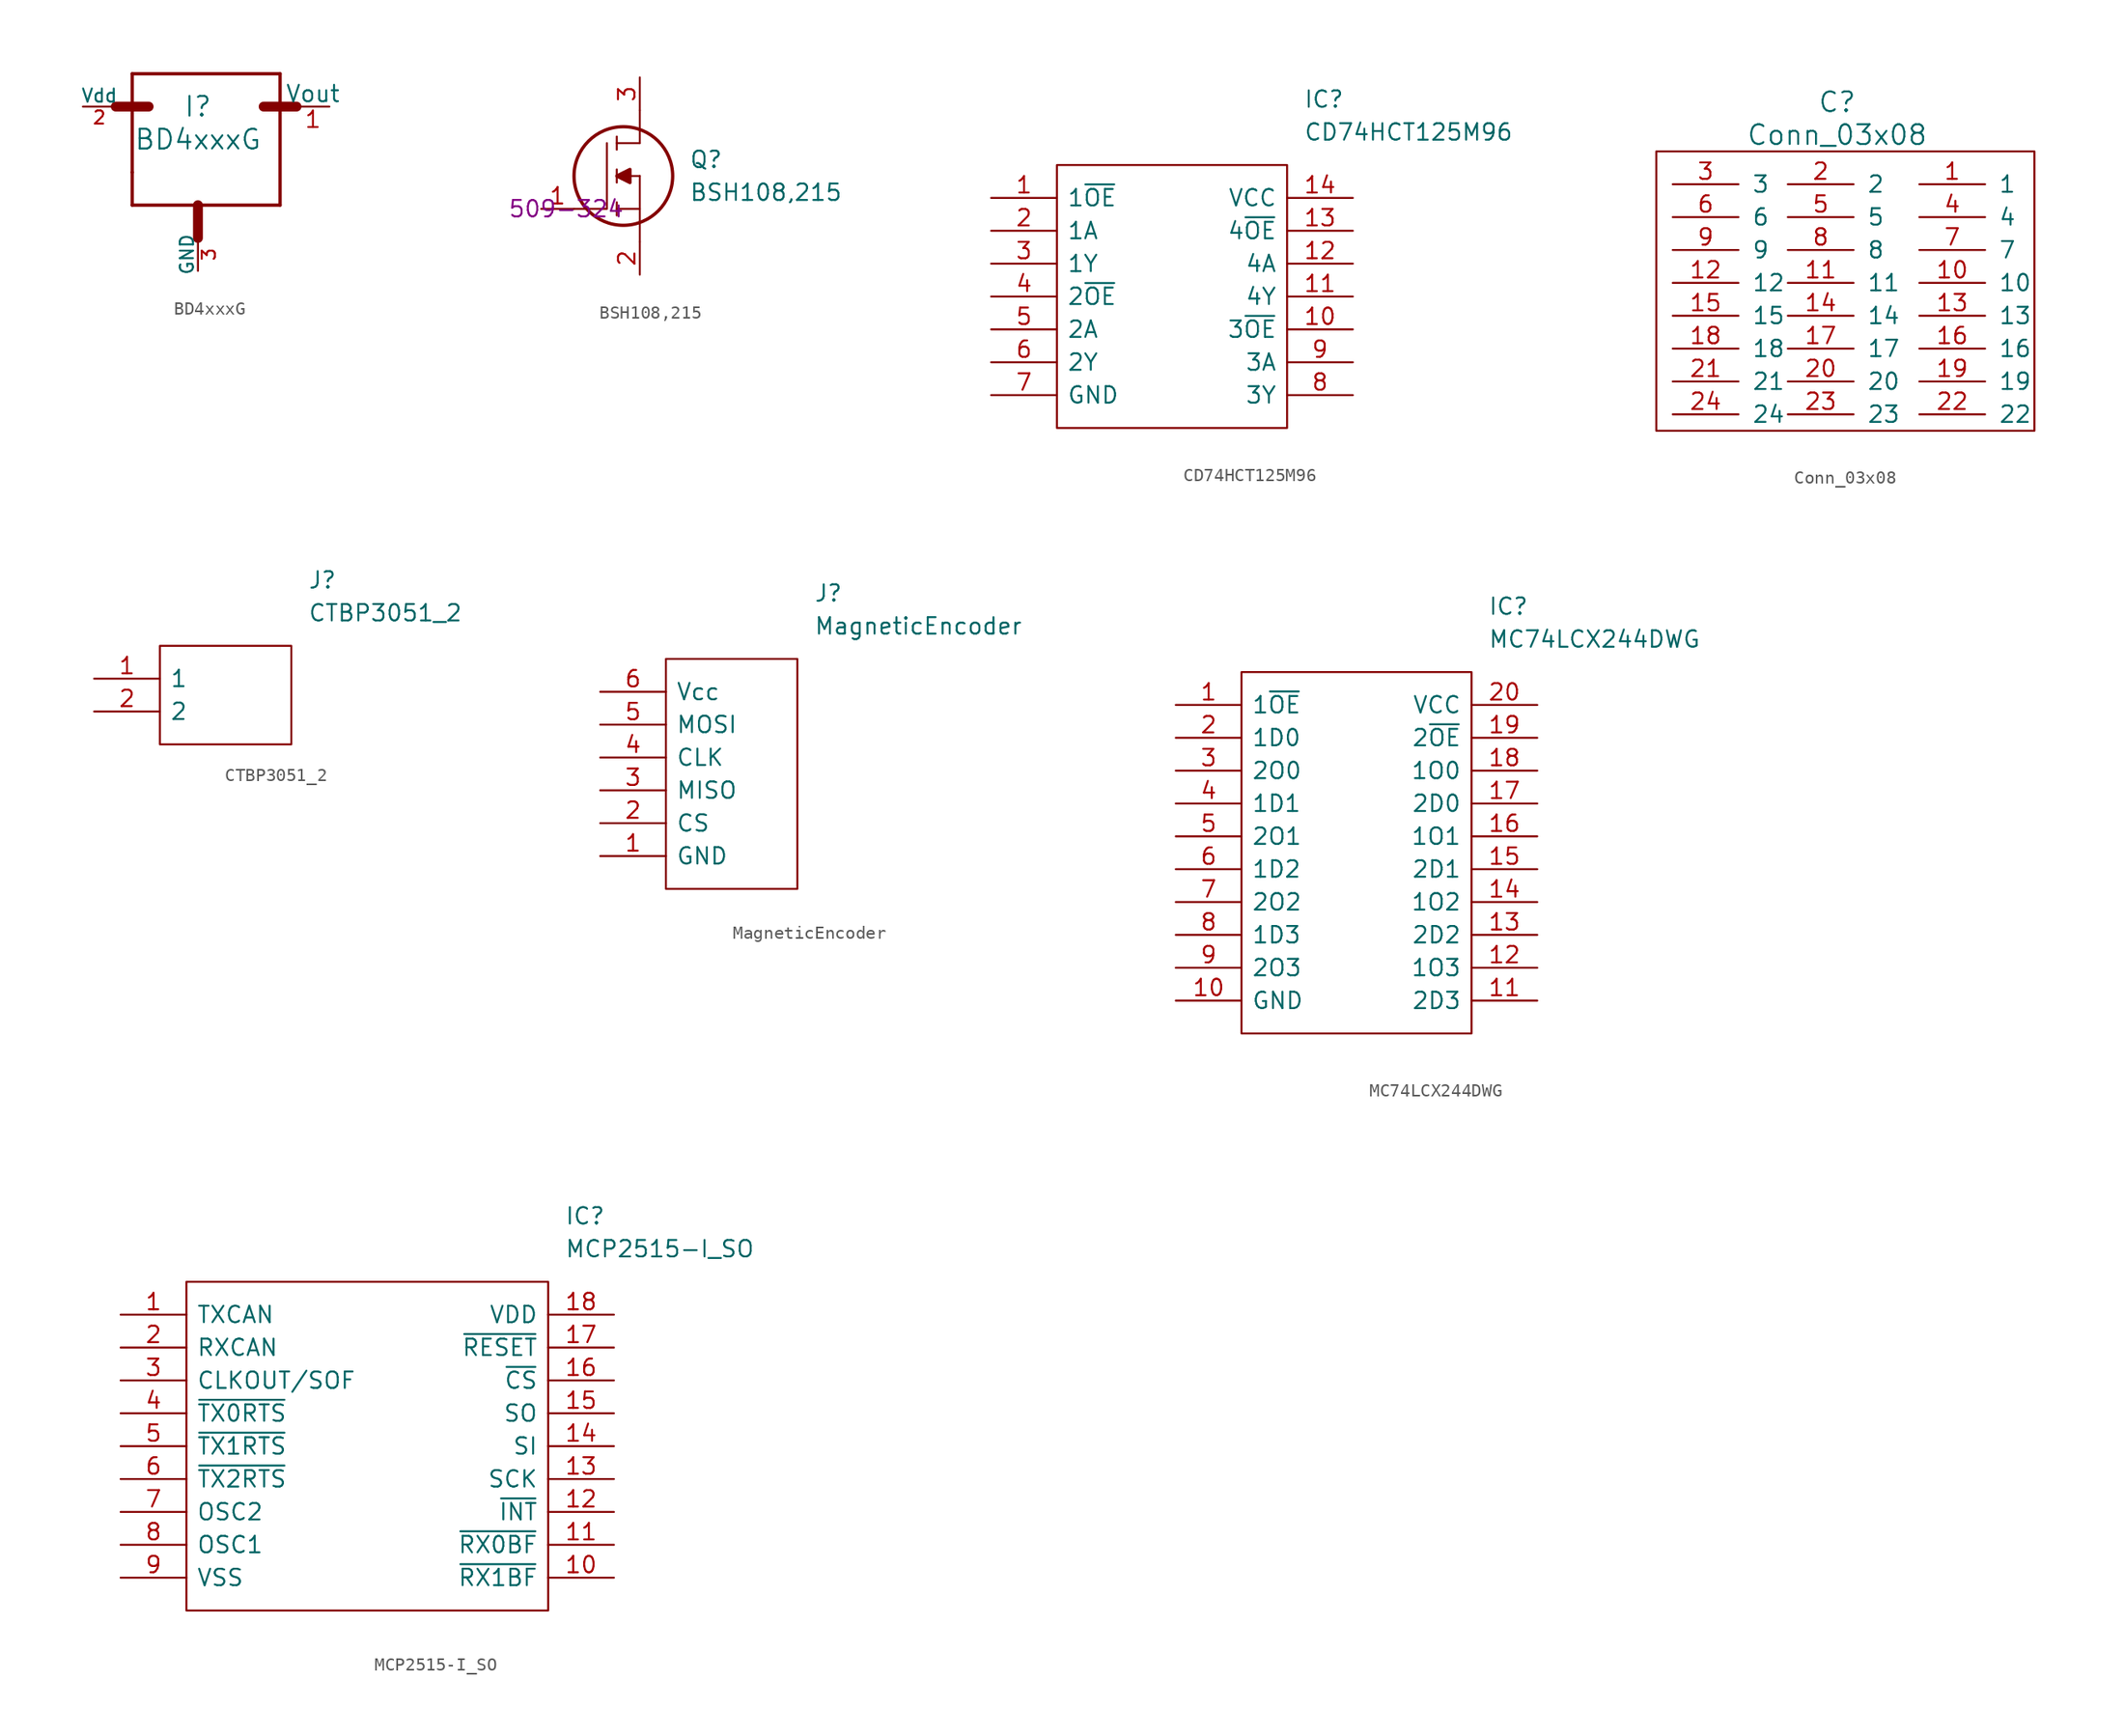
<source format=kicad_sym>
(kicad_symbol_lib
  (version 20211014)
  (generator kicad_symbol_editor)
  (symbol "BD4xxxG"
    (pin_names
      (offset 0))
    (property "Reference" "I"
      (at 0 2.54 0)
      (effects (font (size 1.524 1.524))))
    (property "Value" "BD4xxxG"
      (at 0 0 0)
      (effects (font (size 1.524 1.524))))
    (symbol "BD4xxxG_0_0"
      (polyline (pts (xy -6.35 2.54) (xy -3.81 2.54)) (stroke (width 0.762) (type default) (color 0 0 0 0)) (fill (type none)))
      (polyline (pts (xy -5.08 -5.08) (xy 6.35 -5.08)) (stroke (width 0.254) (type default) (color 0 0 0 0)) (fill (type none)))
      (polyline (pts (xy -5.08 -2.54) (xy -5.08 -5.08)) (stroke (width 0.254) (type default) (color 0 0 0 0)) (fill (type none)))
      (polyline (pts (xy -5.08 2.54) (xy -5.08 -2.54)) (stroke (width 0.254) (type default) (color 0 0 0 0)) (fill (type none)))
      (polyline (pts (xy -5.08 5.08) (xy -5.08 2.54)) (stroke (width 0.254) (type default) (color 0 0 0 0)) (fill (type none)))
      (polyline (pts (xy 6.35 -5.08) (xy 6.35 5.08)) (stroke (width 0.254) (type default) (color 0 0 0 0)) (fill (type none)))
      (polyline (pts (xy 6.35 5.08) (xy -5.08 5.08)) (stroke (width 0.254) (type default) (color 0 0 0 0)) (fill (type none)))
      (pin passive line (at -8.89 2.54 0) (length 2.54) (name "Vdd" (effects (font (size 1.016 1.016)))) (number "2" (effects (font (size 1.016 1.016)))))
      (pin passive line (at 0 -10.16 90) (length 2.54) (name "GND" (effects (font (size 1.016 1.016)))) (number "3" (effects (font (size 1.016 1.016))))))
    (symbol "BD4xxxG_0_1"
      (polyline (pts (xy 7.62 2.54) (xy 5.08 2.54)) (stroke (width 0.762) (type default) (color 0 0 0 0)) (fill (type none))))
    (symbol "BD4xxxG_1_0"
      (polyline (pts (xy 0 -5.08) (xy 0 -7.62)) (stroke (width 0.762) (type default) (color 0 0 0 0)) (fill (type none))))
    (symbol "BD4xxxG_1_1"
      (pin input line (at 10.16 2.54 180) (length 2.54) (name "Vout" (effects (font (size 1.27 1.27)))) (number "1" (effects (font (size 1.27 1.27)))))))
  (symbol "BSH108,215"
    (pin_names
      (offset 0.762))
    (property "Reference" "Q"
      (at 11.43 3.81 0)
      (effects (font (size 1.27 1.27)) (justify left)))
    (property "Value" "BSH108,215"
      (at 11.43 1.27 0)
      (effects (font (size 1.27 1.27)) (justify left)))
    (property "RS part number" "    509-324"
      (at 0 0 0)
      (effects (font (size 1.27 1.27))))
    (symbol "BSH108,215_0_0"
      (pin passive line (at 0 0 0) (length 2.54) (name "~" (effects (font (size 1.27 1.27)))) (number "1" (effects (font (size 1.27 1.27)))))
      (pin passive line (at 7.62 -5.08 90) (length 2.54) (name "~" (effects (font (size 1.27 1.27)))) (number "2" (effects (font (size 1.27 1.27)))))
      (pin passive line (at 7.62 10.16 270) (length 2.54) (name "~" (effects (font (size 1.27 1.27)))) (number "3" (effects (font (size 1.27 1.27))))))
    (symbol "BSH108,215_0_1"
      (polyline (pts (xy 5.842 -0.508) (xy 5.842 0.508)) (stroke (width 0.152) (type default) (color 0 0 0 0)) (fill (type none)))
      (polyline (pts (xy 5.842 0) (xy 7.62 0)) (stroke (width 0.152) (type default) (color 0 0 0 0)) (fill (type none)))
      (polyline (pts (xy 5.842 2.032) (xy 5.842 3.048)) (stroke (width 0.152) (type default) (color 0 0 0 0)) (fill (type none)))
      (polyline (pts (xy 5.842 5.588) (xy 5.842 4.572)) (stroke (width 0.152) (type default) (color 0 0 0 0)) (fill (type none)))
      (polyline (pts (xy 7.62 2.54) (xy 5.842 2.54)) (stroke (width 0.152) (type default) (color 0 0 0 0)) (fill (type none)))
      (polyline (pts (xy 7.62 2.54) (xy 7.62 -2.54)) (stroke (width 0.152) (type default) (color 0 0 0 0)) (fill (type none)))
      (polyline (pts (xy 7.62 5.08) (xy 5.842 5.08)) (stroke (width 0.152) (type default) (color 0 0 0 0)) (fill (type none)))
      (polyline (pts (xy 7.62 5.08) (xy 7.62 7.62)) (stroke (width 0.152) (type default) (color 0 0 0 0)) (fill (type none)))
      (polyline (pts (xy 2.54 0) (xy 5.08 0) (xy 5.08 5.08)) (stroke (width 0.152) (type default) (color 0 0 0 0)) (fill (type none)))
      (polyline (pts (xy 5.842 2.54) (xy 6.858 3.048) (xy 6.858 2.032) (xy 5.842 2.54)) (stroke (width 0.254) (type default) (color 0 0 0 0)) (fill (type outline)))
      (circle (center 6.35 2.54) (radius 3.81) (stroke (width 0.254) (type default) (color 0 0 0 0)) (fill (type none)))))
  (symbol "CD74HCT125M96"
    (pin_names
      (offset 0.762))
    (property "Reference" "IC"
      (at 24.13 7.62 0)
      (effects (font (size 1.27 1.27)) (justify left)))
    (property "Value" "CD74HCT125M96"
      (at 24.13 5.08 0)
      (effects (font (size 1.27 1.27)) (justify left)))
    (symbol "CD74HCT125M96_0_0"
      (pin passive line (at 0 0 0) (length 5.08) (name "1~{OE}" (effects (font (size 1.27 1.27)))) (number "1" (effects (font (size 1.27 1.27)))))
      (pin passive line (at 27.94 -10.16 180) (length 5.08) (name "3~{OE}" (effects (font (size 1.27 1.27)))) (number "10" (effects (font (size 1.27 1.27)))))
      (pin passive line (at 27.94 -7.62 180) (length 5.08) (name "4Y" (effects (font (size 1.27 1.27)))) (number "11" (effects (font (size 1.27 1.27)))))
      (pin passive line (at 27.94 -5.08 180) (length 5.08) (name "4A" (effects (font (size 1.27 1.27)))) (number "12" (effects (font (size 1.27 1.27)))))
      (pin passive line (at 27.94 -2.54 180) (length 5.08) (name "4~{OE}" (effects (font (size 1.27 1.27)))) (number "13" (effects (font (size 1.27 1.27)))))
      (pin passive line (at 27.94 0 180) (length 5.08) (name "VCC" (effects (font (size 1.27 1.27)))) (number "14" (effects (font (size 1.27 1.27)))))
      (pin passive line (at 0 -2.54 0) (length 5.08) (name "1A" (effects (font (size 1.27 1.27)))) (number "2" (effects (font (size 1.27 1.27)))))
      (pin passive line (at 0 -5.08 0) (length 5.08) (name "1Y" (effects (font (size 1.27 1.27)))) (number "3" (effects (font (size 1.27 1.27)))))
      (pin passive line (at 0 -7.62 0) (length 5.08) (name "2~{OE}" (effects (font (size 1.27 1.27)))) (number "4" (effects (font (size 1.27 1.27)))))
      (pin passive line (at 0 -10.16 0) (length 5.08) (name "2A" (effects (font (size 1.27 1.27)))) (number "5" (effects (font (size 1.27 1.27)))))
      (pin passive line (at 0 -12.7 0) (length 5.08) (name "2Y" (effects (font (size 1.27 1.27)))) (number "6" (effects (font (size 1.27 1.27)))))
      (pin passive line (at 0 -15.24 0) (length 5.08) (name "GND" (effects (font (size 1.27 1.27)))) (number "7" (effects (font (size 1.27 1.27)))))
      (pin passive line (at 27.94 -15.24 180) (length 5.08) (name "3Y" (effects (font (size 1.27 1.27)))) (number "8" (effects (font (size 1.27 1.27)))))
      (pin passive line (at 27.94 -12.7 180) (length 5.08) (name "3A" (effects (font (size 1.27 1.27)))) (number "9" (effects (font (size 1.27 1.27))))))
    (symbol "CD74HCT125M96_0_1"
      (polyline (pts (xy 5.08 2.54) (xy 22.86 2.54) (xy 22.86 -17.78) (xy 5.08 -17.78) (xy 5.08 2.54)) (stroke (width 0.152) (type default) (color 0 0 0 0)) (fill (type none)))))
  (symbol "Conn_03x08"
    (pin_names
      (offset 1.016))
    (property "Reference" "C"
      (at 0 2.54 0)
      (effects (font (size 1.524 1.524))))
    (property "Value" "Conn_03x08"
      (at 0 0 0)
      (effects (font (size 1.524 1.524))))
    (symbol "Conn_03x08_0_1"
      (rectangle (start -13.97 -1.27) (end 15.24 -22.86) (stroke (width 0) (type default) (color 0 0 0 0)) (fill (type none))))
    (symbol "Conn_03x08_1_1"
      (pin input line (at 6.35 -3.81 0) (length 5.08) (name "1" (effects (font (size 1.27 1.27)))) (number "1" (effects (font (size 1.27 1.27)))))
      (pin input line (at 6.35 -11.43 0) (length 5.08) (name "10" (effects (font (size 1.27 1.27)))) (number "10" (effects (font (size 1.27 1.27)))))
      (pin input line (at -3.81 -11.43 0) (length 5.08) (name "11" (effects (font (size 1.27 1.27)))) (number "11" (effects (font (size 1.27 1.27)))))
      (pin input line (at -12.7 -11.43 0) (length 5.08) (name "12" (effects (font (size 1.27 1.27)))) (number "12" (effects (font (size 1.27 1.27)))))
      (pin input line (at 6.35 -13.97 0) (length 5.08) (name "13" (effects (font (size 1.27 1.27)))) (number "13" (effects (font (size 1.27 1.27)))))
      (pin input line (at -3.81 -13.97 0) (length 5.08) (name "14" (effects (font (size 1.27 1.27)))) (number "14" (effects (font (size 1.27 1.27)))))
      (pin input line (at -12.7 -13.97 0) (length 5.08) (name "15" (effects (font (size 1.27 1.27)))) (number "15" (effects (font (size 1.27 1.27)))))
      (pin input line (at 6.35 -16.51 0) (length 5.08) (name "16" (effects (font (size 1.27 1.27)))) (number "16" (effects (font (size 1.27 1.27)))))
      (pin input line (at -3.81 -16.51 0) (length 5.08) (name "17" (effects (font (size 1.27 1.27)))) (number "17" (effects (font (size 1.27 1.27)))))
      (pin input line (at -12.7 -16.51 0) (length 5.08) (name "18" (effects (font (size 1.27 1.27)))) (number "18" (effects (font (size 1.27 1.27)))))
      (pin input line (at 6.35 -19.05 0) (length 5.08) (name "19" (effects (font (size 1.27 1.27)))) (number "19" (effects (font (size 1.27 1.27)))))
      (pin input line (at -3.81 -3.81 0) (length 5.08) (name "2" (effects (font (size 1.27 1.27)))) (number "2" (effects (font (size 1.27 1.27)))))
      (pin input line (at -3.81 -19.05 0) (length 5.08) (name "20" (effects (font (size 1.27 1.27)))) (number "20" (effects (font (size 1.27 1.27)))))
      (pin input line (at -12.7 -19.05 0) (length 5.08) (name "21" (effects (font (size 1.27 1.27)))) (number "21" (effects (font (size 1.27 1.27)))))
      (pin input line (at 6.35 -21.59 0) (length 5.08) (name "22" (effects (font (size 1.27 1.27)))) (number "22" (effects (font (size 1.27 1.27)))))
      (pin input line (at -3.81 -21.59 0) (length 5.08) (name "23" (effects (font (size 1.27 1.27)))) (number "23" (effects (font (size 1.27 1.27)))))
      (pin input line (at -12.7 -21.59 0) (length 5.08) (name "24" (effects (font (size 1.27 1.27)))) (number "24" (effects (font (size 1.27 1.27)))))
      (pin input line (at -12.7 -3.81 0) (length 5.08) (name "3" (effects (font (size 1.27 1.27)))) (number "3" (effects (font (size 1.27 1.27)))))
      (pin input line (at 6.35 -6.35 0) (length 5.08) (name "4" (effects (font (size 1.27 1.27)))) (number "4" (effects (font (size 1.27 1.27)))))
      (pin input line (at -3.81 -6.35 0) (length 5.08) (name "5" (effects (font (size 1.27 1.27)))) (number "5" (effects (font (size 1.27 1.27)))))
      (pin input line (at -12.7 -6.35 0) (length 5.08) (name "6" (effects (font (size 1.27 1.27)))) (number "6" (effects (font (size 1.27 1.27)))))
      (pin input line (at 6.35 -8.89 0) (length 5.08) (name "7" (effects (font (size 1.27 1.27)))) (number "7" (effects (font (size 1.27 1.27)))))
      (pin input line (at -3.81 -8.89 0) (length 5.08) (name "8" (effects (font (size 1.27 1.27)))) (number "8" (effects (font (size 1.27 1.27)))))
      (pin input line (at -12.7 -8.89 0) (length 5.08) (name "9" (effects (font (size 1.27 1.27)))) (number "9" (effects (font (size 1.27 1.27)))))))
  (symbol "CTBP3051_2"
    (pin_names
      (offset 0.762))
    (property "Reference" "J"
      (at 16.51 7.62 0)
      (effects (font (size 1.27 1.27)) (justify left)))
    (property "Value" "CTBP3051_2"
      (at 16.51 5.08 0)
      (effects (font (size 1.27 1.27)) (justify left)))
    (symbol "CTBP3051_2_0_0"
      (pin passive line (at 0 0 0) (length 5.08) (name "1" (effects (font (size 1.27 1.27)))) (number "1" (effects (font (size 1.27 1.27)))))
      (pin passive line (at 0 -2.54 0) (length 5.08) (name "2" (effects (font (size 1.27 1.27)))) (number "2" (effects (font (size 1.27 1.27))))))
    (symbol "CTBP3051_2_0_1"
      (polyline (pts (xy 5.08 2.54) (xy 15.24 2.54) (xy 15.24 -5.08) (xy 5.08 -5.08) (xy 5.08 2.54)) (stroke (width 0.152) (type default) (color 0 0 0 0)) (fill (type none)))))
  (symbol "MagneticEncoder"
    (pin_names
      (offset 0.762))
    (property "Reference" "J"
      (at 16.51 7.62 0)
      (effects (font (size 1.27 1.27)) (justify left)))
    (property "Value" "MagneticEncoder"
      (at 16.51 5.08 0)
      (effects (font (size 1.27 1.27)) (justify left)))
    (symbol "MagneticEncoder_0_0"
      (pin passive line (at 0 -12.7 0) (length 5.08) (name "GND" (effects (font (size 1.27 1.27)))) (number "1" (effects (font (size 1.27 1.27)))))
      (pin passive line (at 0 -10.16 0) (length 5.08) (name "CS" (effects (font (size 1.27 1.27)))) (number "2" (effects (font (size 1.27 1.27)))))
      (pin passive line (at 0 -7.62 0) (length 5.08) (name "MISO" (effects (font (size 1.27 1.27)))) (number "3" (effects (font (size 1.27 1.27)))))
      (pin passive line (at 0 -5.08 0) (length 5.08) (name "CLK" (effects (font (size 1.27 1.27)))) (number "4" (effects (font (size 1.27 1.27)))))
      (pin passive line (at 0 -2.54 0) (length 5.08) (name "MOSI" (effects (font (size 1.27 1.27)))) (number "5" (effects (font (size 1.27 1.27)))))
      (pin passive line (at 0 0 0) (length 5.08) (name "Vcc" (effects (font (size 1.27 1.27)))) (number "6" (effects (font (size 1.27 1.27))))))
    (symbol "MagneticEncoder_0_1"
      (polyline (pts (xy 5.08 2.54) (xy 15.24 2.54) (xy 15.24 -15.24) (xy 5.08 -15.24) (xy 5.08 2.54)) (stroke (width 0.152) (type default) (color 0 0 0 0)) (fill (type none)))))
  (symbol "MC74LCX244DWG"
    (pin_names
      (offset 0.762))
    (property "Reference" "IC"
      (at 24.13 7.62 0)
      (effects (font (size 1.27 1.27)) (justify left)))
    (property "Value" "MC74LCX244DWG"
      (at 24.13 5.08 0)
      (effects (font (size 1.27 1.27)) (justify left)))
    (symbol "MC74LCX244DWG_0_0"
      (pin passive line (at 0 0 0) (length 5.08) (name "1~{OE}" (effects (font (size 1.27 1.27)))) (number "1" (effects (font (size 1.27 1.27)))))
      (pin power_in line (at 0 -22.86 0) (length 5.08) (name "GND" (effects (font (size 1.27 1.27)))) (number "10" (effects (font (size 1.27 1.27)))))
      (pin passive line (at 27.94 -22.86 180) (length 5.08) (name "2D3" (effects (font (size 1.27 1.27)))) (number "11" (effects (font (size 1.27 1.27)))))
      (pin passive line (at 27.94 -20.32 180) (length 5.08) (name "1O3" (effects (font (size 1.27 1.27)))) (number "12" (effects (font (size 1.27 1.27)))))
      (pin passive line (at 27.94 -17.78 180) (length 5.08) (name "2D2" (effects (font (size 1.27 1.27)))) (number "13" (effects (font (size 1.27 1.27)))))
      (pin passive line (at 27.94 -15.24 180) (length 5.08) (name "1O2" (effects (font (size 1.27 1.27)))) (number "14" (effects (font (size 1.27 1.27)))))
      (pin passive line (at 27.94 -12.7 180) (length 5.08) (name "2D1" (effects (font (size 1.27 1.27)))) (number "15" (effects (font (size 1.27 1.27)))))
      (pin passive line (at 27.94 -10.16 180) (length 5.08) (name "1O1" (effects (font (size 1.27 1.27)))) (number "16" (effects (font (size 1.27 1.27)))))
      (pin passive line (at 27.94 -7.62 180) (length 5.08) (name "2D0" (effects (font (size 1.27 1.27)))) (number "17" (effects (font (size 1.27 1.27)))))
      (pin passive line (at 27.94 -5.08 180) (length 5.08) (name "1O0" (effects (font (size 1.27 1.27)))) (number "18" (effects (font (size 1.27 1.27)))))
      (pin passive line (at 27.94 -2.54 180) (length 5.08) (name "2~{OE}" (effects (font (size 1.27 1.27)))) (number "19" (effects (font (size 1.27 1.27)))))
      (pin passive line (at 0 -2.54 0) (length 5.08) (name "1D0" (effects (font (size 1.27 1.27)))) (number "2" (effects (font (size 1.27 1.27)))))
      (pin power_in line (at 27.94 0 180) (length 5.08) (name "VCC" (effects (font (size 1.27 1.27)))) (number "20" (effects (font (size 1.27 1.27)))))
      (pin passive line (at 0 -5.08 0) (length 5.08) (name "2O0" (effects (font (size 1.27 1.27)))) (number "3" (effects (font (size 1.27 1.27)))))
      (pin passive line (at 0 -7.62 0) (length 5.08) (name "1D1" (effects (font (size 1.27 1.27)))) (number "4" (effects (font (size 1.27 1.27)))))
      (pin passive line (at 0 -10.16 0) (length 5.08) (name "2O1" (effects (font (size 1.27 1.27)))) (number "5" (effects (font (size 1.27 1.27)))))
      (pin passive line (at 0 -12.7 0) (length 5.08) (name "1D2" (effects (font (size 1.27 1.27)))) (number "6" (effects (font (size 1.27 1.27)))))
      (pin passive line (at 0 -15.24 0) (length 5.08) (name "2O2" (effects (font (size 1.27 1.27)))) (number "7" (effects (font (size 1.27 1.27)))))
      (pin passive line (at 0 -17.78 0) (length 5.08) (name "1D3" (effects (font (size 1.27 1.27)))) (number "8" (effects (font (size 1.27 1.27)))))
      (pin passive line (at 0 -20.32 0) (length 5.08) (name "2O3" (effects (font (size 1.27 1.27)))) (number "9" (effects (font (size 1.27 1.27))))))
    (symbol "MC74LCX244DWG_0_1"
      (polyline (pts (xy 5.08 2.54) (xy 22.86 2.54) (xy 22.86 -25.4) (xy 5.08 -25.4) (xy 5.08 2.54)) (stroke (width 0.152) (type default) (color 0 0 0 0)) (fill (type none)))))
  (symbol "MCP2515-I_SO"
    (pin_names
      (offset 0.762))
    (property "Reference" "IC"
      (at 34.29 7.62 0)
      (effects (font (size 1.27 1.27)) (justify left)))
    (property "Value" "MCP2515-I_SO"
      (at 34.29 5.08 0)
      (effects (font (size 1.27 1.27)) (justify left)))
    (symbol "MCP2515-I_SO_0_0"
      (pin passive line (at 0 0 0) (length 5.08) (name "TXCAN" (effects (font (size 1.27 1.27)))) (number "1" (effects (font (size 1.27 1.27)))))
      (pin passive line (at 38.1 -20.32 180) (length 5.08) (name "~{RX1BF}" (effects (font (size 1.27 1.27)))) (number "10" (effects (font (size 1.27 1.27)))))
      (pin passive line (at 38.1 -17.78 180) (length 5.08) (name "~{RX0BF}" (effects (font (size 1.27 1.27)))) (number "11" (effects (font (size 1.27 1.27)))))
      (pin passive line (at 38.1 -15.24 180) (length 5.08) (name "~{INT}" (effects (font (size 1.27 1.27)))) (number "12" (effects (font (size 1.27 1.27)))))
      (pin passive line (at 38.1 -12.7 180) (length 5.08) (name "SCK" (effects (font (size 1.27 1.27)))) (number "13" (effects (font (size 1.27 1.27)))))
      (pin passive line (at 38.1 -10.16 180) (length 5.08) (name "SI" (effects (font (size 1.27 1.27)))) (number "14" (effects (font (size 1.27 1.27)))))
      (pin passive line (at 38.1 -7.62 180) (length 5.08) (name "SO" (effects (font (size 1.27 1.27)))) (number "15" (effects (font (size 1.27 1.27)))))
      (pin passive line (at 38.1 -5.08 180) (length 5.08) (name "~{CS}" (effects (font (size 1.27 1.27)))) (number "16" (effects (font (size 1.27 1.27)))))
      (pin passive line (at 38.1 -2.54 180) (length 5.08) (name "~{RESET}" (effects (font (size 1.27 1.27)))) (number "17" (effects (font (size 1.27 1.27)))))
      (pin passive line (at 38.1 0 180) (length 5.08) (name "VDD" (effects (font (size 1.27 1.27)))) (number "18" (effects (font (size 1.27 1.27)))))
      (pin passive line (at 0 -2.54 0) (length 5.08) (name "RXCAN" (effects (font (size 1.27 1.27)))) (number "2" (effects (font (size 1.27 1.27)))))
      (pin passive line (at 0 -5.08 0) (length 5.08) (name "CLKOUT/SOF" (effects (font (size 1.27 1.27)))) (number "3" (effects (font (size 1.27 1.27)))))
      (pin passive line (at 0 -7.62 0) (length 5.08) (name "~{TX0RTS}" (effects (font (size 1.27 1.27)))) (number "4" (effects (font (size 1.27 1.27)))))
      (pin passive line (at 0 -10.16 0) (length 5.08) (name "~{TX1RTS}" (effects (font (size 1.27 1.27)))) (number "5" (effects (font (size 1.27 1.27)))))
      (pin passive line (at 0 -12.7 0) (length 5.08) (name "~{TX2RTS}" (effects (font (size 1.27 1.27)))) (number "6" (effects (font (size 1.27 1.27)))))
      (pin passive line (at 0 -15.24 0) (length 5.08) (name "OSC2" (effects (font (size 1.27 1.27)))) (number "7" (effects (font (size 1.27 1.27)))))
      (pin passive line (at 0 -17.78 0) (length 5.08) (name "OSC1" (effects (font (size 1.27 1.27)))) (number "8" (effects (font (size 1.27 1.27)))))
      (pin passive line (at 0 -20.32 0) (length 5.08) (name "VSS" (effects (font (size 1.27 1.27)))) (number "9" (effects (font (size 1.27 1.27))))))
    (symbol "MCP2515-I_SO_0_1"
      (polyline (pts (xy 5.08 2.54) (xy 33.02 2.54) (xy 33.02 -22.86) (xy 5.08 -22.86) (xy 5.08 2.54)) (stroke (width 0.152) (type default) (color 0 0 0 0)) (fill (type none))))))
</source>
